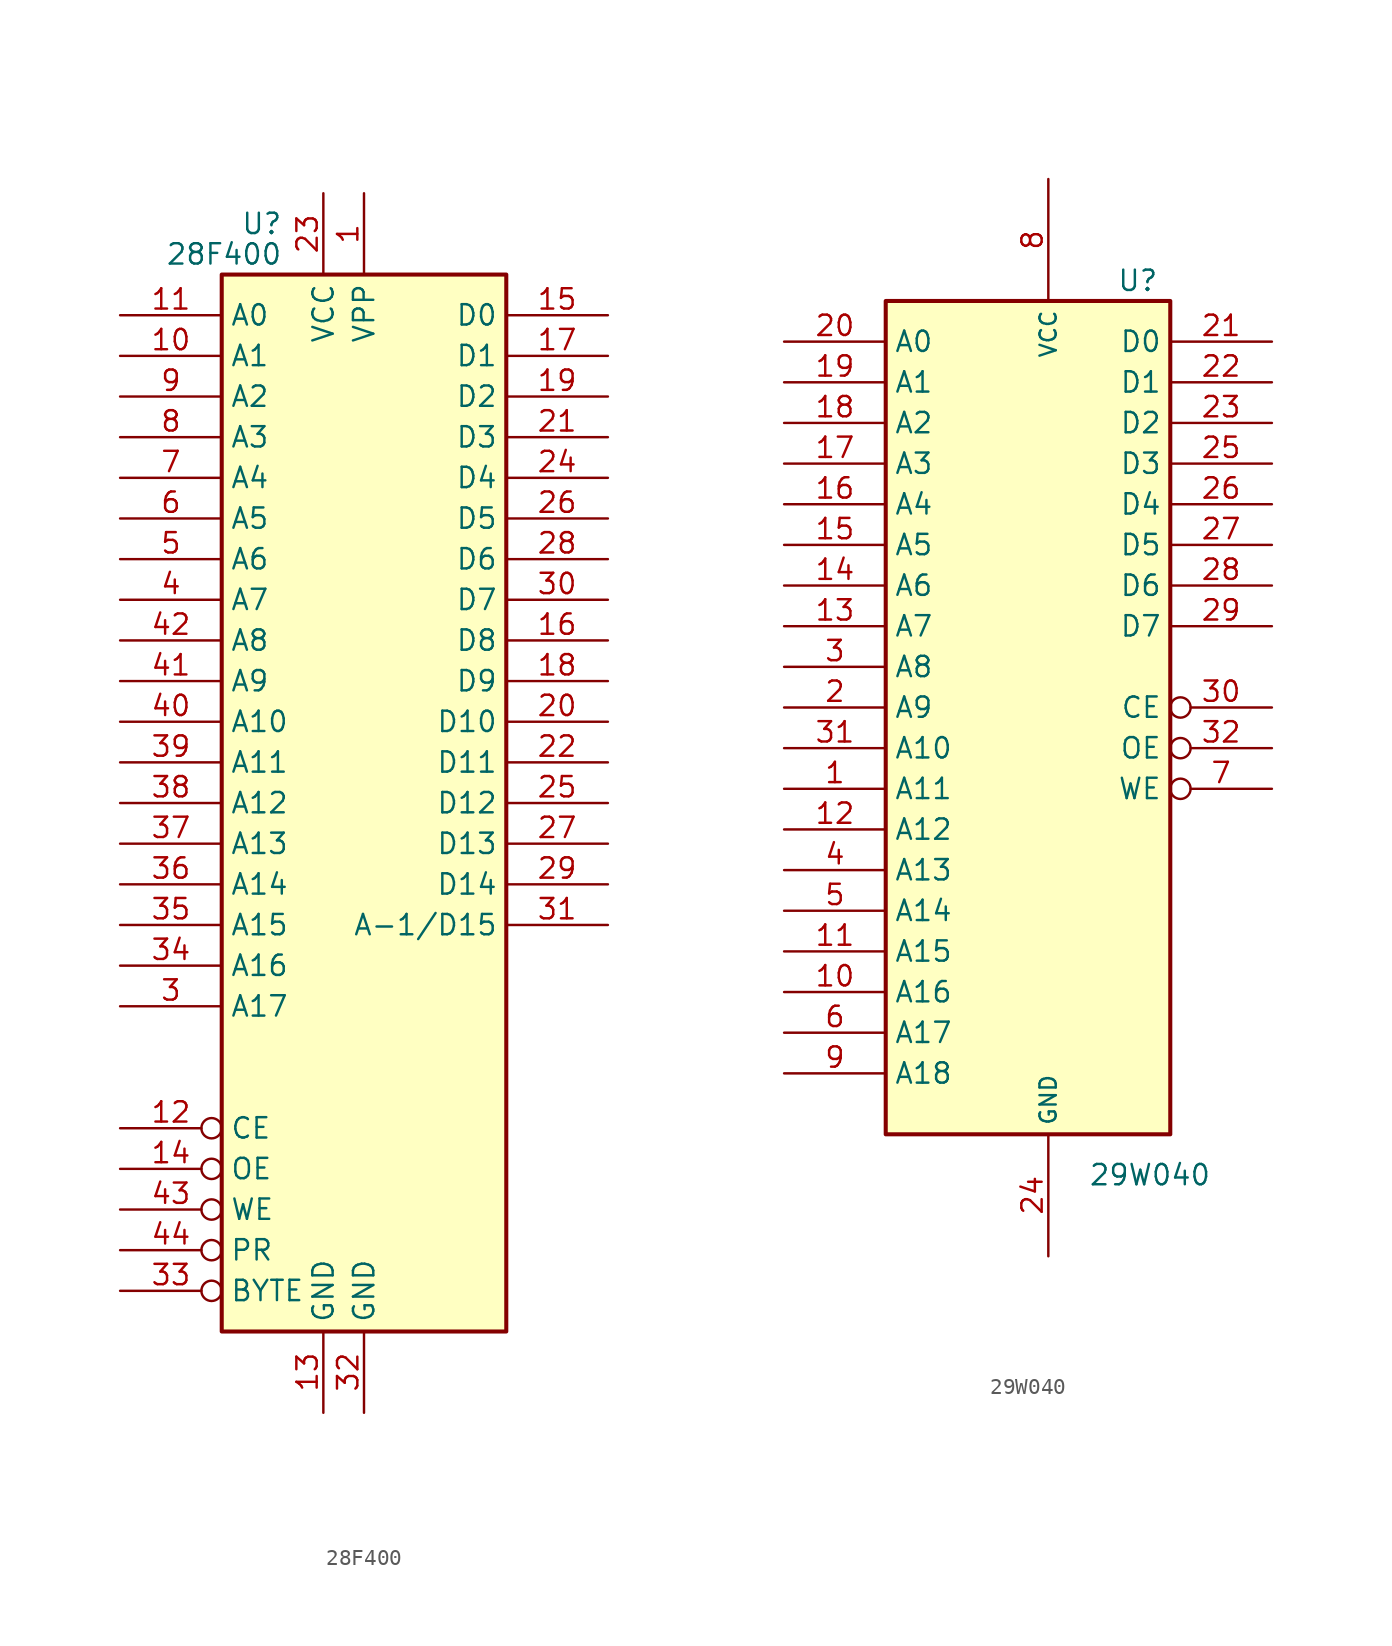
<source format=kicad_sym>
(kicad_symbol_lib
  (version 20220914)
  (generator kicad_symbol_editor)
  (symbol "28F400"
    (property "Reference" "U"
      (at -5.08 36.195 0)
      (effects (font (size 1.27 1.27)) (justify right)))
    (property "Value" "28F400"
      (at -5.08 34.29 0)
      (effects (font (size 1.27 1.27)) (justify right)))
    (symbol "28F400_0_1"
      (rectangle (start -8.89 33.02) (end 8.89 -33.02) (stroke (width 0.254) (type default)) (fill (type background))))
    (symbol "28F400_1_1"
      (pin power_in line (at 0 38.1 270) (length 5.08) (name "VPP" (effects (font (size 1.27 1.27)))) (number "1" (effects (font (size 1.27 1.27)))))
      (pin input line (at -15.24 27.94 0) (length 6.35) (name "A1" (effects (font (size 1.27 1.27)))) (number "10" (effects (font (size 1.27 1.27)))))
      (pin input line (at -15.24 30.48 0) (length 6.35) (name "A0" (effects (font (size 1.27 1.27)))) (number "11" (effects (font (size 1.27 1.27)))))
      (pin input inverted (at -15.24 -20.32 0) (length 6.35) (name "CE" (effects (font (size 1.27 1.27)))) (number "12" (effects (font (size 1.27 1.27)))))
      (pin power_in line (at -2.54 -38.1 90) (length 5.08) (name "GND" (effects (font (size 1.27 1.27)))) (number "13" (effects (font (size 1.27 1.27)))))
      (pin input inverted (at -15.24 -22.86 0) (length 6.35) (name "OE" (effects (font (size 1.27 1.27)))) (number "14" (effects (font (size 1.27 1.27)))))
      (pin tri_state line (at 15.24 30.48 180) (length 6.35) (name "D0" (effects (font (size 1.27 1.27)))) (number "15" (effects (font (size 1.27 1.27)))))
      (pin tri_state line (at 15.24 10.16 180) (length 6.35) (name "D8" (effects (font (size 1.27 1.27)))) (number "16" (effects (font (size 1.27 1.27)))))
      (pin tri_state line (at 15.24 27.94 180) (length 6.35) (name "D1" (effects (font (size 1.27 1.27)))) (number "17" (effects (font (size 1.27 1.27)))))
      (pin tri_state line (at 15.24 7.62 180) (length 6.35) (name "D9" (effects (font (size 1.27 1.27)))) (number "18" (effects (font (size 1.27 1.27)))))
      (pin tri_state line (at 15.24 25.4 180) (length 6.35) (name "D2" (effects (font (size 1.27 1.27)))) (number "19" (effects (font (size 1.27 1.27)))))
      (pin no_connect line (at 8.89 -30.48 180) (length 6.35) hide (name "DU" (effects (font (size 1.27 1.27)))) (number "2" (effects (font (size 1.27 1.27)))))
      (pin tri_state line (at 15.24 5.08 180) (length 6.35) (name "D10" (effects (font (size 1.27 1.27)))) (number "20" (effects (font (size 1.27 1.27)))))
      (pin tri_state line (at 15.24 22.86 180) (length 6.35) (name "D3" (effects (font (size 1.27 1.27)))) (number "21" (effects (font (size 1.27 1.27)))))
      (pin tri_state line (at 15.24 2.54 180) (length 6.35) (name "D11" (effects (font (size 1.27 1.27)))) (number "22" (effects (font (size 1.27 1.27)))))
      (pin power_in line (at -2.54 38.1 270) (length 5.08) (name "VCC" (effects (font (size 1.27 1.27)))) (number "23" (effects (font (size 1.27 1.27)))))
      (pin tri_state line (at 15.24 20.32 180) (length 6.35) (name "D4" (effects (font (size 1.27 1.27)))) (number "24" (effects (font (size 1.27 1.27)))))
      (pin tri_state line (at 15.24 0 180) (length 6.35) (name "D12" (effects (font (size 1.27 1.27)))) (number "25" (effects (font (size 1.27 1.27)))))
      (pin tri_state line (at 15.24 17.78 180) (length 6.35) (name "D5" (effects (font (size 1.27 1.27)))) (number "26" (effects (font (size 1.27 1.27)))))
      (pin tri_state line (at 15.24 -2.54 180) (length 6.35) (name "D13" (effects (font (size 1.27 1.27)))) (number "27" (effects (font (size 1.27 1.27)))))
      (pin tri_state line (at 15.24 15.24 180) (length 6.35) (name "D6" (effects (font (size 1.27 1.27)))) (number "28" (effects (font (size 1.27 1.27)))))
      (pin tri_state line (at 15.24 -5.08 180) (length 6.35) (name "D14" (effects (font (size 1.27 1.27)))) (number "29" (effects (font (size 1.27 1.27)))))
      (pin input line (at -15.24 -12.7 0) (length 6.35) (name "A17" (effects (font (size 1.27 1.27)))) (number "3" (effects (font (size 1.27 1.27)))))
      (pin tri_state line (at 15.24 12.7 180) (length 6.35) (name "D7" (effects (font (size 1.27 1.27)))) (number "30" (effects (font (size 1.27 1.27)))))
      (pin tri_state line (at 15.24 -7.62 180) (length 6.35) (name "A-1/D15" (effects (font (size 1.27 1.27)))) (number "31" (effects (font (size 1.27 1.27)))))
      (pin power_in line (at 0 -38.1 90) (length 5.08) (name "GND" (effects (font (size 1.27 1.27)))) (number "32" (effects (font (size 1.27 1.27)))))
      (pin input inverted (at -15.24 -30.48 0) (length 6.35) (name "BYTE" (effects (font (size 1.27 1.27)))) (number "33" (effects (font (size 1.27 1.27)))))
      (pin input line (at -15.24 -10.16 0) (length 6.35) (name "A16" (effects (font (size 1.27 1.27)))) (number "34" (effects (font (size 1.27 1.27)))))
      (pin input line (at -15.24 -7.62 0) (length 6.35) (name "A15" (effects (font (size 1.27 1.27)))) (number "35" (effects (font (size 1.27 1.27)))))
      (pin input line (at -15.24 -5.08 0) (length 6.35) (name "A14" (effects (font (size 1.27 1.27)))) (number "36" (effects (font (size 1.27 1.27)))))
      (pin input line (at -15.24 -2.54 0) (length 6.35) (name "A13" (effects (font (size 1.27 1.27)))) (number "37" (effects (font (size 1.27 1.27)))))
      (pin input line (at -15.24 0 0) (length 6.35) (name "A12" (effects (font (size 1.27 1.27)))) (number "38" (effects (font (size 1.27 1.27)))))
      (pin input line (at -15.24 2.54 0) (length 6.35) (name "A11" (effects (font (size 1.27 1.27)))) (number "39" (effects (font (size 1.27 1.27)))))
      (pin input line (at -15.24 12.7 0) (length 6.35) (name "A7" (effects (font (size 1.27 1.27)))) (number "4" (effects (font (size 1.27 1.27)))))
      (pin input line (at -15.24 5.08 0) (length 6.35) (name "A10" (effects (font (size 1.27 1.27)))) (number "40" (effects (font (size 1.27 1.27)))))
      (pin input line (at -15.24 7.62 0) (length 6.35) (name "A9" (effects (font (size 1.27 1.27)))) (number "41" (effects (font (size 1.27 1.27)))))
      (pin input line (at -15.24 10.16 0) (length 6.35) (name "A8" (effects (font (size 1.27 1.27)))) (number "42" (effects (font (size 1.27 1.27)))))
      (pin input inverted (at -15.24 -25.4 0) (length 6.35) (name "WE" (effects (font (size 1.27 1.27)))) (number "43" (effects (font (size 1.27 1.27)))))
      (pin input inverted (at -15.24 -27.94 0) (length 6.35) (name "PR" (effects (font (size 1.27 1.27)))) (number "44" (effects (font (size 1.27 1.27)))))
      (pin input line (at -15.24 15.24 0) (length 6.35) (name "A6" (effects (font (size 1.27 1.27)))) (number "5" (effects (font (size 1.27 1.27)))))
      (pin input line (at -15.24 17.78 0) (length 6.35) (name "A5" (effects (font (size 1.27 1.27)))) (number "6" (effects (font (size 1.27 1.27)))))
      (pin input line (at -15.24 20.32 0) (length 6.35) (name "A4" (effects (font (size 1.27 1.27)))) (number "7" (effects (font (size 1.27 1.27)))))
      (pin input line (at -15.24 22.86 0) (length 6.35) (name "A3" (effects (font (size 1.27 1.27)))) (number "8" (effects (font (size 1.27 1.27)))))
      (pin input line (at -15.24 25.4 0) (length 6.35) (name "A2" (effects (font (size 1.27 1.27)))) (number "9" (effects (font (size 1.27 1.27)))))))
  (symbol "29W040"
    (property "Reference" "U"
      (at 6.858 24.13 0)
      (effects (font (size 1.27 1.27))))
    (property "Value" "29W040"
      (at 7.62 -31.75 0)
      (effects (font (size 1.27 1.27))))
    (symbol "29W040_0_1"
      (rectangle (start -8.89 22.86) (end 8.89 -29.21) (stroke (width 0.254) (type default)) (fill (type background))))
    (symbol "29W040_1_1"
      (pin input line (at -15.24 -7.62 0) (length 6.35) (name "A11" (effects (font (size 1.27 1.27)))) (number "1" (effects (font (size 1.27 1.27)))))
      (pin input line (at -15.24 -20.32 0) (length 6.35) (name "A16" (effects (font (size 1.27 1.27)))) (number "10" (effects (font (size 1.27 1.27)))))
      (pin input line (at -15.24 -17.78 0) (length 6.35) (name "A15" (effects (font (size 1.27 1.27)))) (number "11" (effects (font (size 1.27 1.27)))))
      (pin input line (at -15.24 -10.16 0) (length 6.35) (name "A12" (effects (font (size 1.27 1.27)))) (number "12" (effects (font (size 1.27 1.27)))))
      (pin input line (at -15.24 2.54 0) (length 6.35) (name "A7" (effects (font (size 1.27 1.27)))) (number "13" (effects (font (size 1.27 1.27)))))
      (pin input line (at -15.24 5.08 0) (length 6.35) (name "A6" (effects (font (size 1.27 1.27)))) (number "14" (effects (font (size 1.27 1.27)))))
      (pin input line (at -15.24 7.62 0) (length 6.35) (name "A5" (effects (font (size 1.27 1.27)))) (number "15" (effects (font (size 1.27 1.27)))))
      (pin input line (at -15.24 10.16 0) (length 6.35) (name "A4" (effects (font (size 1.27 1.27)))) (number "16" (effects (font (size 1.27 1.27)))))
      (pin input line (at -15.24 12.7 0) (length 6.35) (name "A3" (effects (font (size 1.27 1.27)))) (number "17" (effects (font (size 1.27 1.27)))))
      (pin input line (at -15.24 15.24 0) (length 6.35) (name "A2" (effects (font (size 1.27 1.27)))) (number "18" (effects (font (size 1.27 1.27)))))
      (pin input line (at -15.24 17.78 0) (length 6.35) (name "A1" (effects (font (size 1.27 1.27)))) (number "19" (effects (font (size 1.27 1.27)))))
      (pin input line (at -15.24 -2.54 0) (length 6.35) (name "A9" (effects (font (size 1.27 1.27)))) (number "2" (effects (font (size 1.27 1.27)))))
      (pin input line (at -15.24 20.32 0) (length 6.35) (name "A0" (effects (font (size 1.27 1.27)))) (number "20" (effects (font (size 1.27 1.27)))))
      (pin tri_state line (at 15.24 20.32 180) (length 6.35) (name "D0" (effects (font (size 1.27 1.27)))) (number "21" (effects (font (size 1.27 1.27)))))
      (pin tri_state line (at 15.24 17.78 180) (length 6.35) (name "D1" (effects (font (size 1.27 1.27)))) (number "22" (effects (font (size 1.27 1.27)))))
      (pin tri_state line (at 15.24 15.24 180) (length 6.35) (name "D2" (effects (font (size 1.27 1.27)))) (number "23" (effects (font (size 1.27 1.27)))))
      (pin power_in line (at 1.27 -36.83 90) (length 7.62) (name "GND" (effects (font (size 1.016 1.016)))) (number "24" (effects (font (size 1.27 1.27)))))
      (pin tri_state line (at 15.24 12.7 180) (length 6.35) (name "D3" (effects (font (size 1.27 1.27)))) (number "25" (effects (font (size 1.27 1.27)))))
      (pin tri_state line (at 15.24 10.16 180) (length 6.35) (name "D4" (effects (font (size 1.27 1.27)))) (number "26" (effects (font (size 1.27 1.27)))))
      (pin tri_state line (at 15.24 7.62 180) (length 6.35) (name "D5" (effects (font (size 1.27 1.27)))) (number "27" (effects (font (size 1.27 1.27)))))
      (pin tri_state line (at 15.24 5.08 180) (length 6.35) (name "D6" (effects (font (size 1.27 1.27)))) (number "28" (effects (font (size 1.27 1.27)))))
      (pin tri_state line (at 15.24 2.54 180) (length 6.35) (name "D7" (effects (font (size 1.27 1.27)))) (number "29" (effects (font (size 1.27 1.27)))))
      (pin input line (at -15.24 0 0) (length 6.35) (name "A8" (effects (font (size 1.27 1.27)))) (number "3" (effects (font (size 1.27 1.27)))))
      (pin input inverted (at 15.24 -2.54 180) (length 6.35) (name "CE" (effects (font (size 1.27 1.27)))) (number "30" (effects (font (size 1.27 1.27)))))
      (pin input line (at -15.24 -5.08 0) (length 6.35) (name "A10" (effects (font (size 1.27 1.27)))) (number "31" (effects (font (size 1.27 1.27)))))
      (pin input inverted (at 15.24 -5.08 180) (length 6.35) (name "OE" (effects (font (size 1.27 1.27)))) (number "32" (effects (font (size 1.27 1.27)))))
      (pin input line (at -15.24 -12.7 0) (length 6.35) (name "A13" (effects (font (size 1.27 1.27)))) (number "4" (effects (font (size 1.27 1.27)))))
      (pin input line (at -15.24 -15.24 0) (length 6.35) (name "A14" (effects (font (size 1.27 1.27)))) (number "5" (effects (font (size 1.27 1.27)))))
      (pin input line (at -15.24 -22.86 0) (length 6.35) (name "A17" (effects (font (size 1.27 1.27)))) (number "6" (effects (font (size 1.27 1.27)))))
      (pin input inverted (at 15.24 -7.62 180) (length 6.35) (name "WE" (effects (font (size 1.27 1.27)))) (number "7" (effects (font (size 1.27 1.27)))))
      (pin power_in line (at 1.27 30.48 270) (length 7.62) (name "VCC" (effects (font (size 1.016 1.016)))) (number "8" (effects (font (size 1.27 1.27)))))
      (pin input line (at -15.24 -25.4 0) (length 6.35) (name "A18" (effects (font (size 1.27 1.27)))) (number "9" (effects (font (size 1.27 1.27))))))))
</source>
